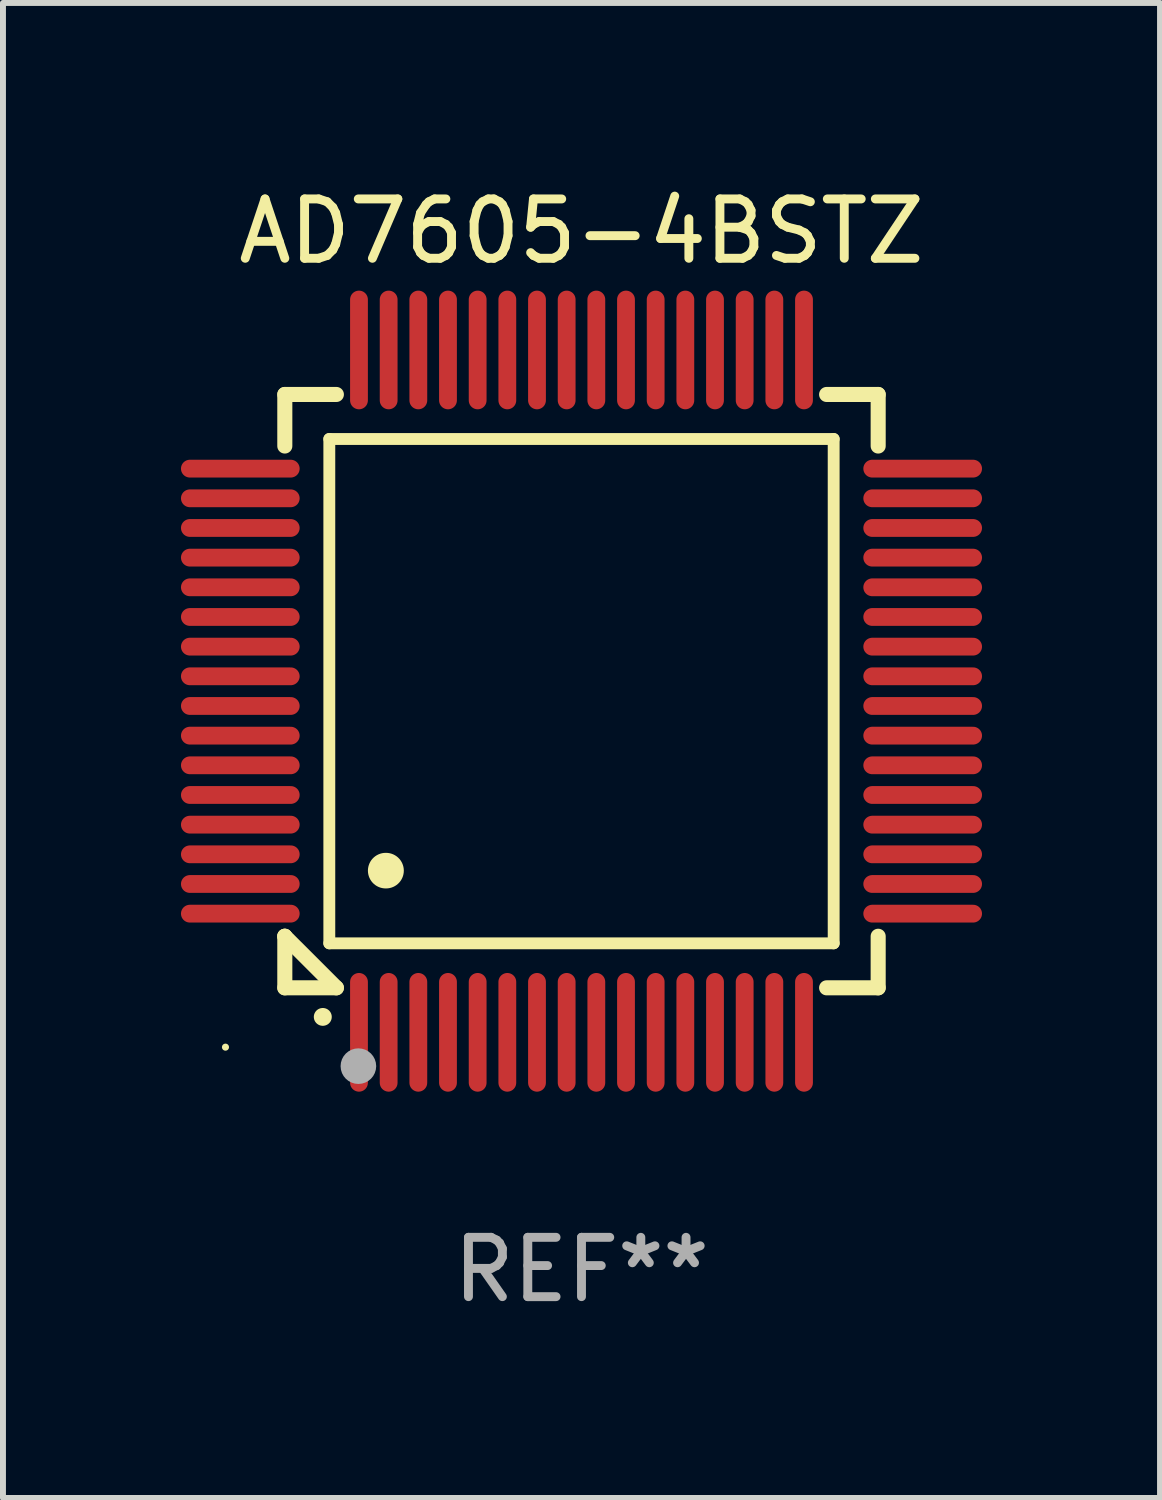
<source format=kicad_pcb>
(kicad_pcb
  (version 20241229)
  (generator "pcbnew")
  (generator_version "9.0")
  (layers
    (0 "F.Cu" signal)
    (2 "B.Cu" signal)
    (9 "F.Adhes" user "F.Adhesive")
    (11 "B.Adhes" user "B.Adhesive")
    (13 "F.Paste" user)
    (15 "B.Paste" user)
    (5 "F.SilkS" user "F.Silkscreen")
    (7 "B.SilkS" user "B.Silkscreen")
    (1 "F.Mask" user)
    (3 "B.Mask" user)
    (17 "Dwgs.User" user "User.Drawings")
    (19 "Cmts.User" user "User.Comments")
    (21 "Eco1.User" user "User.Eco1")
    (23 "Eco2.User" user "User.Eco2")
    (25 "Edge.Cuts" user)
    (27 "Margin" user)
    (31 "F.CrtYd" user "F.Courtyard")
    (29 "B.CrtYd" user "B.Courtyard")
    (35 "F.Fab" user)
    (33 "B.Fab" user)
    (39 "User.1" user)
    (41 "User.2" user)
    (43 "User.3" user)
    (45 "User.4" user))
  (footprint "AD7605-4BSTZ"
    (layer "F.Cu")
    (at 6.75 8.598)
    (property "Reference" "AD7605-4BSTZ" (at 0 -7.75 0) (layer "F.SilkS") (effects (font (size 1 1) (thickness 0.15))))
    (attr through_hole)
    (fp_line (start -5 -5) (end -4.131 -5) (stroke (width 0.254) (type solid)) (layer "F.SilkS"))
    (fp_line (start -5 -4.131) (end -5 -5) (stroke (width 0.254) (type solid)) (layer "F.SilkS"))
    (fp_line (start -5 4.131) (end -5 4.131) (stroke (width 0.254) (type solid)) (layer "F.SilkS"))
    (fp_line (start -5 5) (end -5 4.131) (stroke (width 0.254) (type solid)) (layer "F.SilkS"))
    (fp_line (start -5 4.131) (end -4.131 5) (stroke (width 0.254) (type solid)) (layer "F.SilkS"))
    (fp_line (start -4.25 -4.25) (end -4.25 4.25) (stroke (width 0.2) (type solid)) (layer "F.SilkS"))
    (fp_line (start -4.25 4.25) (end 4.25 4.25) (stroke (width 0.2) (type solid)) (layer "F.SilkS"))
    (fp_line (start -4.131 5) (end -5 5) (stroke (width 0.254) (type solid)) (layer "F.SilkS"))
    (fp_line (start 4.25 -4.25) (end -4.25 -4.25) (stroke (width 0.2) (type solid)) (layer "F.SilkS"))
    (fp_line (start 4.25 4.25) (end 4.25 -4.25) (stroke (width 0.2) (type solid)) (layer "F.SilkS"))
    (fp_line (start 5 -5) (end 4.131 -5) (stroke (width 0.254) (type solid)) (layer "F.SilkS"))
    (fp_line (start 5 -5) (end 5 -4.131) (stroke (width 0.254) (type solid)) (layer "F.SilkS"))
    (fp_line (start 5 4.131) (end 5 5) (stroke (width 0.254) (type solid)) (layer "F.SilkS"))
    (fp_line (start 5 5) (end 4.131 5) (stroke (width 0.254) (type solid)) (layer "F.SilkS"))
    (fp_arc (start -4.361265 5.489992) (mid -4.359995 5.489987) (end -4.358725 5.489992) (stroke (width 0.3) (type solid)) (layer "F.SilkS"))
    (fp_arc (start -3.299467 3.025146) (mid -3.296927 3.025135) (end -3.294387 3.025146) (stroke (width 0.6) (type solid)) (layer "F.SilkS"))
    (fp_circle (center -6 6) (end -5.97 6) (stroke (width 0.06) (type solid)) (fill no) (layer "F.SilkS"))
    (fp_circle (center -3.76 6.32) (end -3.61 6.32) (stroke (width 0.3) (type solid)) (fill no) (layer "F.Fab"))
    (fp_text user "REF**" (at 0 9.75 0) (layer "F.Fab") (effects (font (size 1 1) (thickness 0.15))))
    (pad "1" smd oval (at -3.75 5.75) (size 0.3 2) (layers "F.Cu" "F.Mask" "F.Paste"))
    (pad "2" smd oval (at -3.25 5.75) (size 0.3 2) (layers "F.Cu" "F.Mask" "F.Paste"))
    (pad "3" smd oval (at -2.75 5.75) (size 0.3 2) (layers "F.Cu" "F.Mask" "F.Paste"))
    (pad "4" smd oval (at -2.25 5.75) (size 0.3 2) (layers "F.Cu" "F.Mask" "F.Paste"))
    (pad "5" smd oval (at -1.75 5.75) (size 0.3 2) (layers "F.Cu" "F.Mask" "F.Paste"))
    (pad "6" smd oval (at -1.25 5.75) (size 0.3 2) (layers "F.Cu" "F.Mask" "F.Paste"))
    (pad "7" smd oval (at -0.75 5.75) (size 0.3 2) (layers "F.Cu" "F.Mask" "F.Paste"))
    (pad "8" smd oval (at -0.25 5.75) (size 0.3 2) (layers "F.Cu" "F.Mask" "F.Paste"))
    (pad "9" smd oval (at 0.25 5.75) (size 0.3 2) (layers "F.Cu" "F.Mask" "F.Paste"))
    (pad "10" smd oval (at 0.75 5.75) (size 0.3 2) (layers "F.Cu" "F.Mask" "F.Paste"))
    (pad "11" smd oval (at 1.25 5.75) (size 0.3 2) (layers "F.Cu" "F.Mask" "F.Paste"))
    (pad "12" smd oval (at 1.75 5.75) (size 0.3 2) (layers "F.Cu" "F.Mask" "F.Paste"))
    (pad "13" smd oval (at 2.25 5.75) (size 0.3 2) (layers "F.Cu" "F.Mask" "F.Paste"))
    (pad "14" smd oval (at 2.75 5.75) (size 0.3 2) (layers "F.Cu" "F.Mask" "F.Paste"))
    (pad "15" smd oval (at 3.25 5.75) (size 0.3 2) (layers "F.Cu" "F.Mask" "F.Paste"))
    (pad "16" smd oval (at 3.75 5.75) (size 0.3 2) (layers "F.Cu" "F.Mask" "F.Paste"))
    (pad "17" smd oval (at 5.75 3.75) (size 2 0.3) (layers "F.Cu" "F.Mask" "F.Paste"))
    (pad "18" smd oval (at 5.75 3.25) (size 2 0.3) (layers "F.Cu" "F.Mask" "F.Paste"))
    (pad "19" smd oval (at 5.75 2.75) (size 2 0.3) (layers "F.Cu" "F.Mask" "F.Paste"))
    (pad "20" smd oval (at 5.75 2.25) (size 2 0.3) (layers "F.Cu" "F.Mask" "F.Paste"))
    (pad "21" smd oval (at 5.75 1.75) (size 2 0.3) (layers "F.Cu" "F.Mask" "F.Paste"))
    (pad "22" smd oval (at 5.75 1.25) (size 2 0.3) (layers "F.Cu" "F.Mask" "F.Paste"))
    (pad "23" smd oval (at 5.75 0.75) (size 2 0.3) (layers "F.Cu" "F.Mask" "F.Paste"))
    (pad "24" smd oval (at 5.75 0.25) (size 2 0.3) (layers "F.Cu" "F.Mask" "F.Paste"))
    (pad "25" smd oval (at 5.75 -0.25) (size 2 0.3) (layers "F.Cu" "F.Mask" "F.Paste"))
    (pad "26" smd oval (at 5.75 -0.75) (size 2 0.3) (layers "F.Cu" "F.Mask" "F.Paste"))
    (pad "27" smd oval (at 5.75 -1.25) (size 2 0.3) (layers "F.Cu" "F.Mask" "F.Paste"))
    (pad "28" smd oval (at 5.75 -1.75) (size 2 0.3) (layers "F.Cu" "F.Mask" "F.Paste"))
    (pad "29" smd oval (at 5.75 -2.25) (size 2 0.3) (layers "F.Cu" "F.Mask" "F.Paste"))
    (pad "30" smd oval (at 5.75 -2.75) (size 2 0.3) (layers "F.Cu" "F.Mask" "F.Paste"))
    (pad "31" smd oval (at 5.75 -3.25) (size 2 0.3) (layers "F.Cu" "F.Mask" "F.Paste"))
    (pad "32" smd oval (at 5.75 -3.75) (size 2 0.3) (layers "F.Cu" "F.Mask" "F.Paste"))
    (pad "33" smd oval (at 3.75 -5.75) (size 0.3 2) (layers "F.Cu" "F.Mask" "F.Paste"))
    (pad "34" smd oval (at 3.25 -5.75) (size 0.3 2) (layers "F.Cu" "F.Mask" "F.Paste"))
    (pad "35" smd oval (at 2.75 -5.75) (size 0.3 2) (layers "F.Cu" "F.Mask" "F.Paste"))
    (pad "36" smd oval (at 2.25 -5.75) (size 0.3 2) (layers "F.Cu" "F.Mask" "F.Paste"))
    (pad "37" smd oval (at 1.75 -5.75) (size 0.3 2) (layers "F.Cu" "F.Mask" "F.Paste"))
    (pad "38" smd oval (at 1.25 -5.75) (size 0.3 2) (layers "F.Cu" "F.Mask" "F.Paste"))
    (pad "39" smd oval (at 0.75 -5.75) (size 0.3 2) (layers "F.Cu" "F.Mask" "F.Paste"))
    (pad "40" smd oval (at 0.25 -5.75) (size 0.3 2) (layers "F.Cu" "F.Mask" "F.Paste"))
    (pad "41" smd oval (at -0.25 -5.75) (size 0.3 2) (layers "F.Cu" "F.Mask" "F.Paste"))
    (pad "42" smd oval (at -0.75 -5.75) (size 0.3 2) (layers "F.Cu" "F.Mask" "F.Paste"))
    (pad "43" smd oval (at -1.25 -5.75) (size 0.3 2) (layers "F.Cu" "F.Mask" "F.Paste"))
    (pad "44" smd oval (at -1.75 -5.75) (size 0.3 2) (layers "F.Cu" "F.Mask" "F.Paste"))
    (pad "45" smd oval (at -2.25 -5.75) (size 0.3 2) (layers "F.Cu" "F.Mask" "F.Paste"))
    (pad "46" smd oval (at -2.75 -5.75) (size 0.3 2) (layers "F.Cu" "F.Mask" "F.Paste"))
    (pad "47" smd oval (at -3.25 -5.75) (size 0.3 2) (layers "F.Cu" "F.Mask" "F.Paste"))
    (pad "48" smd oval (at -3.75 -5.75) (size 0.3 2) (layers "F.Cu" "F.Mask" "F.Paste"))
    (pad "49" smd oval (at -5.75 -3.75) (size 2 0.3) (layers "F.Cu" "F.Mask" "F.Paste"))
    (pad "50" smd oval (at -5.75 -3.25) (size 2 0.3) (layers "F.Cu" "F.Mask" "F.Paste"))
    (pad "51" smd oval (at -5.75 -2.75) (size 2 0.3) (layers "F.Cu" "F.Mask" "F.Paste"))
    (pad "52" smd oval (at -5.75 -2.25) (size 2 0.3) (layers "F.Cu" "F.Mask" "F.Paste"))
    (pad "53" smd oval (at -5.75 -1.75) (size 2 0.3) (layers "F.Cu" "F.Mask" "F.Paste"))
    (pad "54" smd oval (at -5.75 -1.25) (size 2 0.3) (layers "F.Cu" "F.Mask" "F.Paste"))
    (pad "55" smd oval (at -5.75 -0.75) (size 2 0.3) (layers "F.Cu" "F.Mask" "F.Paste"))
    (pad "56" smd oval (at -5.75 -0.25) (size 2 0.3) (layers "F.Cu" "F.Mask" "F.Paste"))
    (pad "57" smd oval (at -5.75 0.25) (size 2 0.3) (layers "F.Cu" "F.Mask" "F.Paste"))
    (pad "58" smd oval (at -5.75 0.75) (size 2 0.3) (layers "F.Cu" "F.Mask" "F.Paste"))
    (pad "59" smd oval (at -5.75 1.25) (size 2 0.3) (layers "F.Cu" "F.Mask" "F.Paste"))
    (pad "60" smd oval (at -5.75 1.75) (size 2 0.3) (layers "F.Cu" "F.Mask" "F.Paste"))
    (pad "61" smd oval (at -5.75 2.25) (size 2 0.3) (layers "F.Cu" "F.Mask" "F.Paste"))
    (pad "62" smd oval (at -5.75 2.75) (size 2 0.3) (layers "F.Cu" "F.Mask" "F.Paste"))
    (pad "63" smd oval (at -5.75 3.25) (size 2 0.3) (layers "F.Cu" "F.Mask" "F.Paste"))
    (pad "64" smd oval (at -5.75 3.75) (size 2 0.3) (layers "F.Cu" "F.Mask" "F.Paste")))
  (gr_rect
    (start -3 -3)
    (end 16.5 22.196)
    (stroke (width 0.1) (type default))
    (fill no)
    (layer "Edge.Cuts")))
</source>
